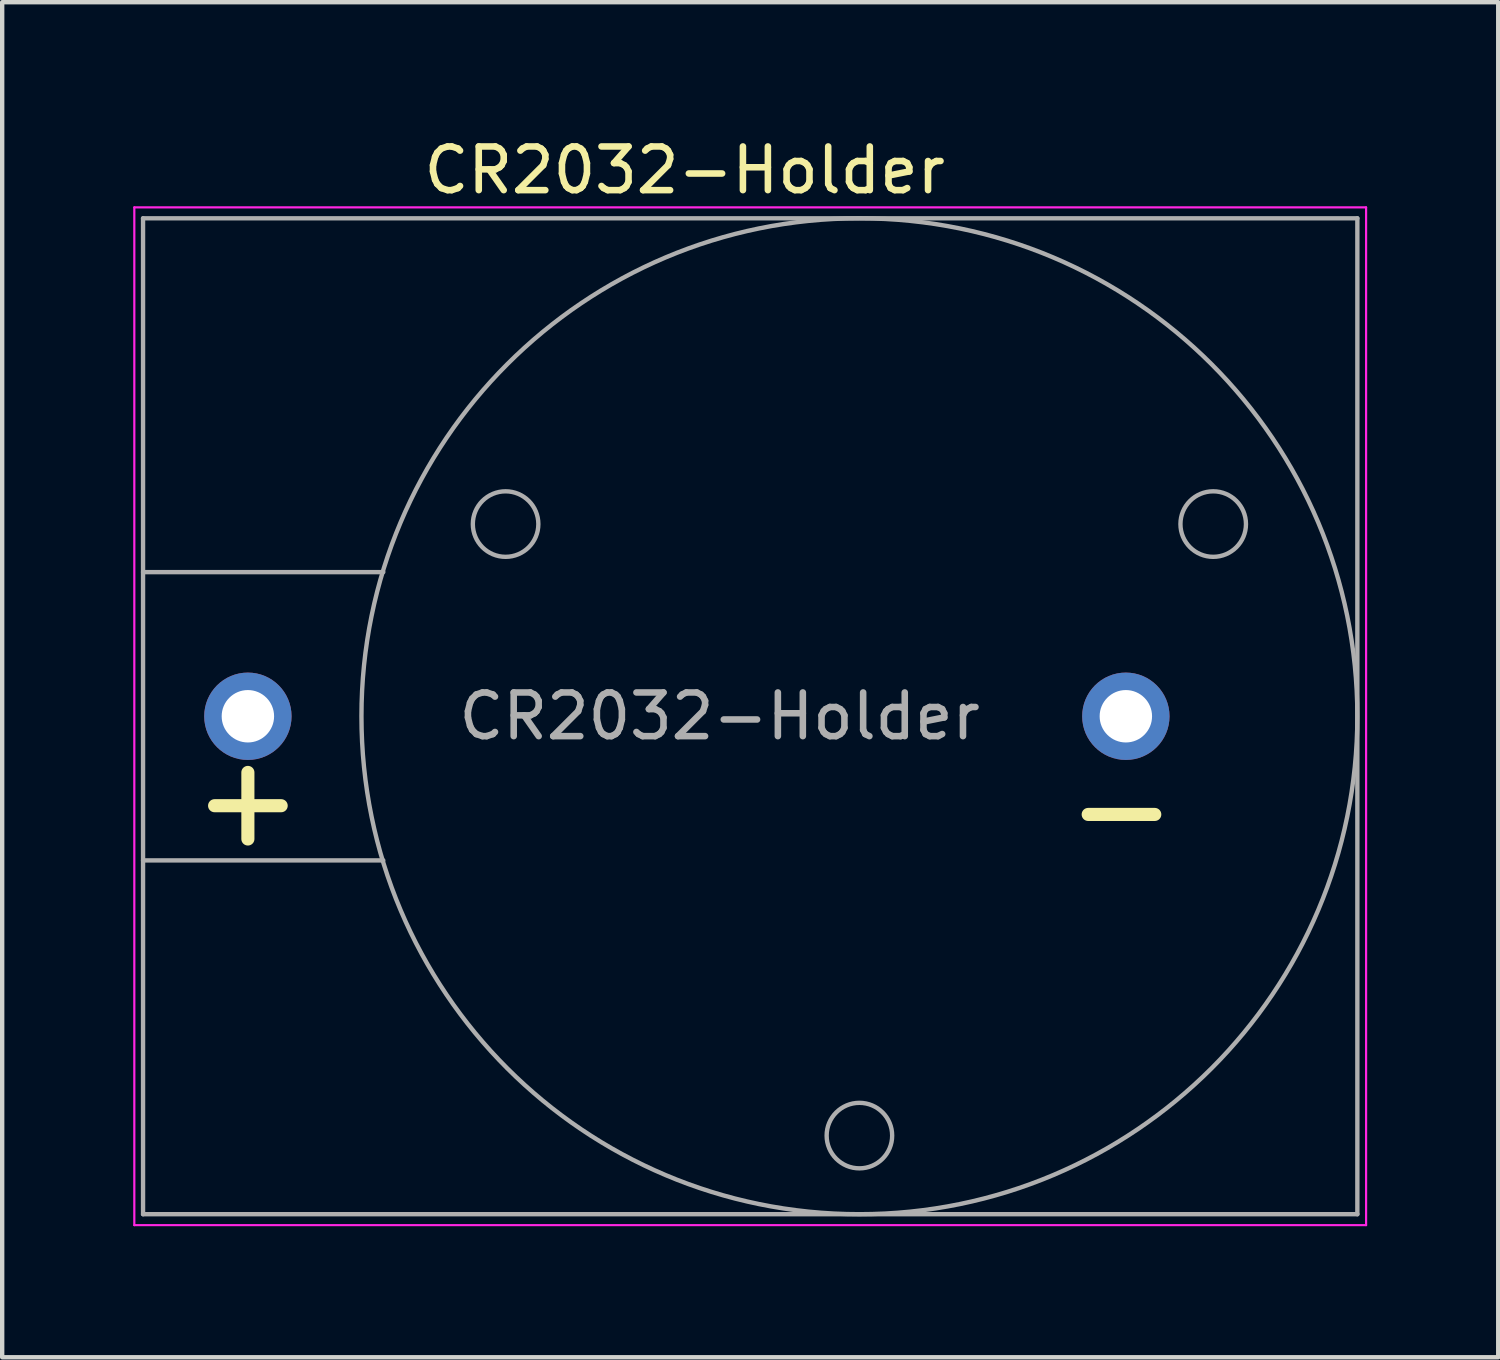
<source format=kicad_pcb>
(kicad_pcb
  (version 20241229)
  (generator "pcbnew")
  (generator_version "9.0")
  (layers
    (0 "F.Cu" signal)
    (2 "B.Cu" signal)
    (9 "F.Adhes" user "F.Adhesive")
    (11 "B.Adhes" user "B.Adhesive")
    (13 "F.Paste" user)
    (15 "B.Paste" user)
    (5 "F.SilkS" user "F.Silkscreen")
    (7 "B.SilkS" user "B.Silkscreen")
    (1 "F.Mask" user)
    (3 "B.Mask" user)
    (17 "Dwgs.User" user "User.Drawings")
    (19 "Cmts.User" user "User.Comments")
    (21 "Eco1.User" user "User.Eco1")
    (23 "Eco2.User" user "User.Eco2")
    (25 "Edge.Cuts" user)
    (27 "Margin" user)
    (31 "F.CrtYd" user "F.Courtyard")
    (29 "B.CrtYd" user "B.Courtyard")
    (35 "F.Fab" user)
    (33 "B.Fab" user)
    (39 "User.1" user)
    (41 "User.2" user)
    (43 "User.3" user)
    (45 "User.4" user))
  (footprint "CR2032-Holder"
    (layer "F.Cu")
    (at 12.625 13.348)
    (property "Reference" "CR2032-Holder" (at 0 -12.5 0) (layer "F.SilkS") (effects (font (size 1 1) (thickness 0.15))))
    (attr through_hole)
    (fp_line (start -12.6 -11.65) (end 15.6 -11.65) (stroke (width 0.05) (type solid)) (layer "F.CrtYd"))
    (fp_line (start -12.6 11.65) (end -12.6 -11.65) (stroke (width 0.05) (type solid)) (layer "F.CrtYd"))
    (fp_line (start -12.6 11.65) (end 15.6 11.65) (stroke (width 0.05) (type solid)) (layer "F.CrtYd"))
    (fp_line (start 15.6 -11.65) (end 15.6 11.65) (stroke (width 0.05) (type solid)) (layer "F.CrtYd"))
    (fp_line (start -12.4 -11.4) (end 15.4 -11.4) (stroke (width 0.1) (type solid)) (layer "F.Fab"))
    (fp_line (start -12.4 11.4) (end -12.4 -11.4) (stroke (width 0.1) (type solid)) (layer "F.Fab"))
    (fp_line (start -6.9 -3.3) (end -12.4 -3.3) (stroke (width 0.1) (type default)) (layer "F.Fab"))
    (fp_line (start -6.9 3.3) (end -12.4 3.3) (stroke (width 0.1) (type default)) (layer "F.Fab"))
    (fp_line (start 15.4 -11.4) (end 15.4 11.4) (stroke (width 0.1) (type solid)) (layer "F.Fab"))
    (fp_line (start 15.4 11.4) (end -12.4 11.4) (stroke (width 0.1) (type solid)) (layer "F.Fab"))
    (fp_circle (center -4.1 -4.4) (end -3.35 -4.4) (stroke (width 0.1) (type solid)) (fill no) (layer "F.Fab"))
    (fp_circle (center 4 0) (end 15.4 0) (stroke (width 0.1) (type solid)) (fill no) (layer "F.Fab"))
    (fp_circle (center 4 9.6) (end 4.75 9.6) (stroke (width 0.1) (type solid)) (fill no) (layer "F.Fab"))
    (fp_circle (center 12.1 -4.4) (end 12.85 -4.4) (stroke (width 0.1) (type solid)) (fill no) (layer "F.Fab"))
    (fp_text user "+" (at -10 1.9 0) (layer "F.SilkS") (effects (font (size 2 2) (thickness 0.3))))
    (fp_text user "-" (at 10 2.1 0) (layer "F.SilkS") (effects (font (size 2 2) (thickness 0.3))))
    (fp_text user "${REFERENCE}" (at 0.8 0 0) (layer "F.Fab") (effects (font (size 1 1) (thickness 0.15))))
    (pad "1" thru_hole circle (at -10 0) (size 2 2) (drill 1.2) (layers "*.Cu" "*.Mask"))
    (pad "2" thru_hole circle (at 10.1 0) (size 2 2) (drill 1.2) (layers "*.Cu" "*.Mask")))
  (gr_rect
    (start -3 -3)
    (end 31.25 28.023)
    (stroke (width 0.1) (type default))
    (fill no)
    (layer "Edge.Cuts")))
</source>
